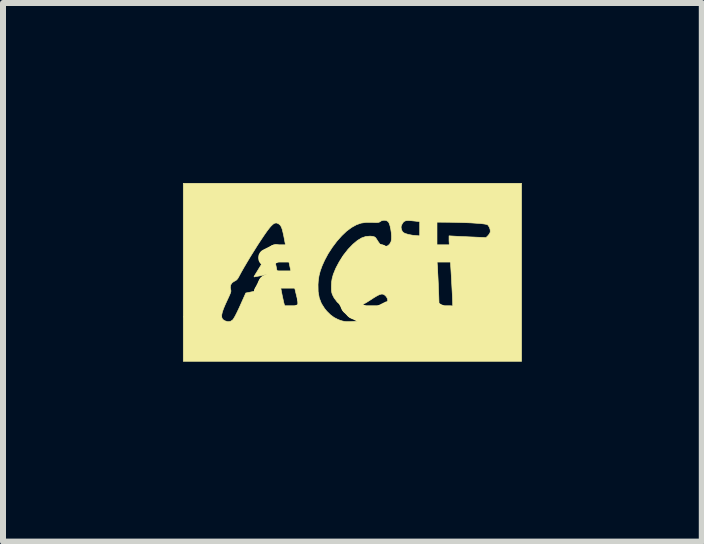
<source format=kicad_pcb>
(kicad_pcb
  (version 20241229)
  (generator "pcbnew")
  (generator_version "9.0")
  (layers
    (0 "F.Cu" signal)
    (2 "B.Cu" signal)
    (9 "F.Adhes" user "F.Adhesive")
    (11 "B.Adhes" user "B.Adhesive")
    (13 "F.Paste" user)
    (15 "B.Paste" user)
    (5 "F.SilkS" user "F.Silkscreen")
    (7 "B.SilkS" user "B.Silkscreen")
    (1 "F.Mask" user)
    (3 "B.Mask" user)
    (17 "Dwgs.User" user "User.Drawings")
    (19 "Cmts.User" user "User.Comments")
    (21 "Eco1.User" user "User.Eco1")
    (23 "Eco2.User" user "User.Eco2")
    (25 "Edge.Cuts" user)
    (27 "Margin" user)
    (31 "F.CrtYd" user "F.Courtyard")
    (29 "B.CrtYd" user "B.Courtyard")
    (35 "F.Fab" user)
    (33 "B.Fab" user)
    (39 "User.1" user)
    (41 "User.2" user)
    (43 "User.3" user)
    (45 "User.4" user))
  (footprint "act"
    (layer "F.Cu")
    (at 2.819 1.5)
    (property "Reference" "act" (at 0 0 0) (layer "F.SilkS") (effects (font (size 1.524 1.524) (thickness 0.3))))
    (attr through_hole)
    (fp_poly (pts (xy -1.327 -0.389) (xy -1.319 -0.355) (xy -1.309 -0.31) (xy -1.298 -0.258) (xy -1.286 -0.202) (xy -1.274 -0.146) (xy -1.263 -0.095) (xy -1.255 -0.054) (xy -1.249 -0.025) (xy -1.248 -0.013) (xy -1.248 -0.013) (xy -1.259 -0.01) (xy -1.287 -0.004) (xy -1.328 0.005) (xy -1.378 0.015) (xy -1.433 0.027) (xy -1.489 0.038) (xy -1.541 0.049) (xy -1.585 0.057) (xy -1.617 0.063) (xy -1.632 0.066) (xy -1.633 0.066) (xy -1.634 0.058) (xy -1.63 0.051) (xy -1.582 -0.027) (xy -1.535 -0.104) (xy -1.489 -0.176) (xy -1.447 -0.242) (xy -1.409 -0.3) (xy -1.377 -0.348) (xy -1.353 -0.382) (xy -1.337 -0.402) (xy -1.331 -0.406) (xy -1.327 -0.389)) (stroke (width 0.01) (type solid)) (fill yes) (layer "F.SilkS"))
    (fp_poly (pts (xy 2.825 1.473) (xy -2.814 1.473) (xy -2.814 0.732) (xy -2.174 0.732) (xy -2.166 0.758) (xy -2.149 0.779) (xy -2.123 0.796) (xy -2.121 0.797) (xy -2.072 0.812) (xy -2.028 0.807) (xy -1.991 0.783) (xy -1.974 0.76) (xy -1.949 0.717) (xy -1.918 0.656) (xy -1.881 0.578) (xy -1.839 0.484) (xy -1.799 0.395) (xy -1.772 0.334) (xy -1.515 0.283) (xy -1.441 0.268) (xy -1.373 0.255) (xy -1.313 0.244) (xy -1.267 0.235) (xy -1.236 0.23) (xy -1.226 0.229) (xy -1.194 0.225) (xy -1.165 0.374) (xy -1.138 0.497) (xy -1.109 0.602) (xy -1.078 0.686) (xy -1.046 0.75) (xy -1.014 0.793) (xy -1.005 0.801) (xy -0.964 0.82) (xy -0.92 0.822) (xy -0.881 0.806) (xy -0.858 0.783) (xy -0.84 0.753) (xy -0.84 0.753) (xy -0.834 0.735) (xy -0.831 0.715) (xy -0.833 0.692) (xy -0.841 0.66) (xy -0.854 0.617) (xy -0.874 0.558) (xy -0.886 0.526) (xy -0.898 0.486) (xy -0.914 0.428) (xy -0.933 0.352) (xy -0.954 0.263) (xy -0.971 0.192) (xy -0.568 0.192) (xy -0.566 0.31) (xy -0.548 0.414) (xy -0.512 0.508) (xy -0.458 0.593) (xy -0.421 0.638) (xy -0.36 0.698) (xy -0.3 0.742) (xy -0.235 0.775) (xy -0.199 0.789) (xy -0.163 0.8) (xy -0.131 0.807) (xy -0.095 0.811) (xy -0.05 0.811) (xy -0.005 0.809) (xy 0.057 0.806) (xy 0.105 0.8) (xy 0.15 0.79) (xy 0.198 0.774) (xy 0.211 0.77) (xy 0.28 0.74) (xy 0.357 0.698) (xy 0.432 0.651) (xy 0.5 0.601) (xy 0.547 0.561) (xy 0.574 0.533) (xy 0.588 0.51) (xy 0.593 0.484) (xy 0.594 0.468) (xy 0.589 0.429) (xy 0.573 0.399) (xy 0.562 0.386) (xy 0.539 0.365) (xy 0.515 0.353) (xy 0.489 0.352) (xy 0.456 0.361) (xy 0.414 0.382) (xy 0.359 0.415) (xy 0.317 0.443) (xy 0.236 0.494) (xy 0.166 0.531) (xy 0.104 0.556) (xy 0.044 0.571) (xy -0.016 0.576) (xy -0.033 0.577) (xy -0.114 0.566) (xy -0.186 0.536) (xy -0.247 0.486) (xy -0.299 0.417) (xy -0.316 0.385) (xy -0.331 0.353) (xy -0.339 0.325) (xy -0.344 0.293) (xy -0.345 0.25) (xy -0.345 0.22) (xy -0.342 0.152) (xy -0.333 0.095) (xy -0.317 0.036) (xy -0.315 0.027) (xy -0.272 -0.078) (xy -0.214 -0.187) (xy -0.145 -0.295) (xy -0.067 -0.395) (xy 0.013 -0.478) (xy 0.088 -0.541) (xy 0.159 -0.584) (xy 0.228 -0.608) (xy 0.299 -0.614) (xy 0.336 -0.611) (xy 0.367 -0.604) (xy 0.388 -0.592) (xy 0.406 -0.568) (xy 0.416 -0.552) (xy 0.439 -0.516) (xy 0.465 -0.482) (xy 0.475 -0.471) (xy 0.511 -0.446) (xy 0.551 -0.44) (xy 0.59 -0.451) (xy 0.624 -0.478) (xy 0.648 -0.52) (xy 0.649 -0.522) (xy 0.656 -0.562) (xy 0.657 -0.614) (xy 0.653 -0.673) (xy 0.644 -0.732) (xy 0.64 -0.752) (xy 0.817 -0.752) (xy 0.824 -0.723) (xy 0.837 -0.692) (xy 0.858 -0.672) (xy 0.883 -0.659) (xy 0.938 -0.642) (xy 1.013 -0.628) (xy 1.105 -0.62) (xy 1.212 -0.616) (xy 1.241 -0.615) (xy 1.382 -0.615) (xy 1.39 -0.503) (xy 1.393 -0.451) (xy 1.398 -0.385) (xy 1.404 -0.311) (xy 1.41 -0.236) (xy 1.413 -0.203) (xy 1.42 -0.12) (xy 1.426 -0.025) (xy 1.432 0.077) (xy 1.437 0.182) (xy 1.441 0.286) (xy 1.445 0.386) (xy 1.448 0.477) (xy 1.449 0.555) (xy 1.449 0.617) (xy 1.448 0.63) (xy 1.445 0.738) (xy 1.481 0.77) (xy 1.524 0.797) (xy 1.567 0.804) (xy 1.607 0.79) (xy 1.631 0.769) (xy 1.647 0.748) (xy 1.659 0.727) (xy 1.668 0.701) (xy 1.674 0.669) (xy 1.677 0.627) (xy 1.678 0.573) (xy 1.676 0.504) (xy 1.673 0.417) (xy 1.671 0.369) (xy 1.666 0.275) (xy 1.66 0.167) (xy 1.654 0.052) (xy 1.647 -0.062) (xy 1.64 -0.167) (xy 1.637 -0.203) (xy 1.631 -0.285) (xy 1.626 -0.363) (xy 1.622 -0.433) (xy 1.619 -0.492) (xy 1.616 -0.536) (xy 1.616 -0.559) (xy 1.616 -0.619) (xy 1.75 -0.611) (xy 1.813 -0.608) (xy 1.888 -0.605) (xy 1.969 -0.601) (xy 2.044 -0.598) (xy 2.058 -0.597) (xy 2.232 -0.59) (xy 2.264 -0.621) (xy 2.287 -0.649) (xy 2.301 -0.677) (xy 2.303 -0.682) (xy 2.302 -0.719) (xy 2.289 -0.76) (xy 2.267 -0.794) (xy 2.259 -0.802) (xy 2.239 -0.81) (xy 2.199 -0.817) (xy 2.141 -0.824) (xy 2.067 -0.829) (xy 1.978 -0.835) (xy 1.878 -0.839) (xy 1.767 -0.842) (xy 1.649 -0.845) (xy 1.523 -0.846) (xy 1.514 -0.846) (xy 1.378 -0.847) (xy 1.263 -0.849) (xy 1.167 -0.854) (xy 1.087 -0.86) (xy 1.055 -0.864) (xy 0.986 -0.871) (xy 0.934 -0.874) (xy 0.897 -0.871) (xy 0.871 -0.861) (xy 0.851 -0.843) (xy 0.835 -0.817) (xy 0.831 -0.81) (xy 0.818 -0.778) (xy 0.817 -0.752) (xy 0.64 -0.752) (xy 0.632 -0.786) (xy 0.617 -0.829) (xy 0.602 -0.855) (xy 0.57 -0.874) (xy 0.53 -0.879) (xy 0.49 -0.87) (xy 0.471 -0.858) (xy 0.457 -0.849) (xy 0.44 -0.843) (xy 0.416 -0.841) (xy 0.378 -0.841) (xy 0.329 -0.843) (xy 0.233 -0.843) (xy 0.15 -0.831) (xy 0.073 -0.804) (xy -0.005 -0.761) (xy -0.011 -0.757) (xy -0.091 -0.698) (xy -0.172 -0.621) (xy -0.253 -0.53) (xy -0.329 -0.429) (xy -0.399 -0.322) (xy -0.457 -0.214) (xy -0.5 -0.119) (xy -0.531 -0.033) (xy -0.552 0.049) (xy -0.564 0.135) (xy -0.568 0.192) (xy -0.971 0.192) (xy -0.978 0.162) (xy -1.002 0.052) (xy -1.028 -0.064) (xy -1.053 -0.184) (xy -1.078 -0.306) (xy -1.102 -0.426) (xy -1.122 -0.527) (xy -1.138 -0.611) (xy -1.152 -0.675) (xy -1.164 -0.724) (xy -1.177 -0.76) (xy -1.19 -0.786) (xy -1.206 -0.804) (xy -1.224 -0.818) (xy -1.233 -0.823) (xy -1.261 -0.834) (xy -1.29 -0.83) (xy -1.32 -0.811) (xy -1.357 -0.775) (xy -1.384 -0.742) (xy -1.422 -0.692) (xy -1.468 -0.626) (xy -1.521 -0.547) (xy -1.578 -0.46) (xy -1.636 -0.367) (xy -1.695 -0.273) (xy -1.751 -0.179) (xy -1.803 -0.091) (xy -1.848 -0.012) (xy -1.88 0.048) (xy -1.903 0.089) (xy -1.923 0.114) (xy -1.946 0.13) (xy -1.959 0.136) (xy -1.999 0.162) (xy -2.024 0.2) (xy -2.03 0.245) (xy -2.025 0.269) (xy -2.021 0.287) (xy -2.02 0.305) (xy -2.025 0.327) (xy -2.037 0.357) (xy -2.056 0.4) (xy -2.071 0.432) (xy -2.112 0.521) (xy -2.143 0.594) (xy -2.163 0.652) (xy -2.173 0.697) (xy -2.174 0.732) (xy -2.814 0.732) (xy -2.814 -1.495) (xy 2.825 -1.495) (xy 2.825 1.473)) (stroke (width 0.01) (type solid)) (fill yes) (layer "F.SilkS")))
  (gr_rect
    (start -3 -3)
    (end 8.648 5.978)
    (stroke (width 0.1) (type default))
    (fill no)
    (layer "Edge.Cuts")))
</source>
